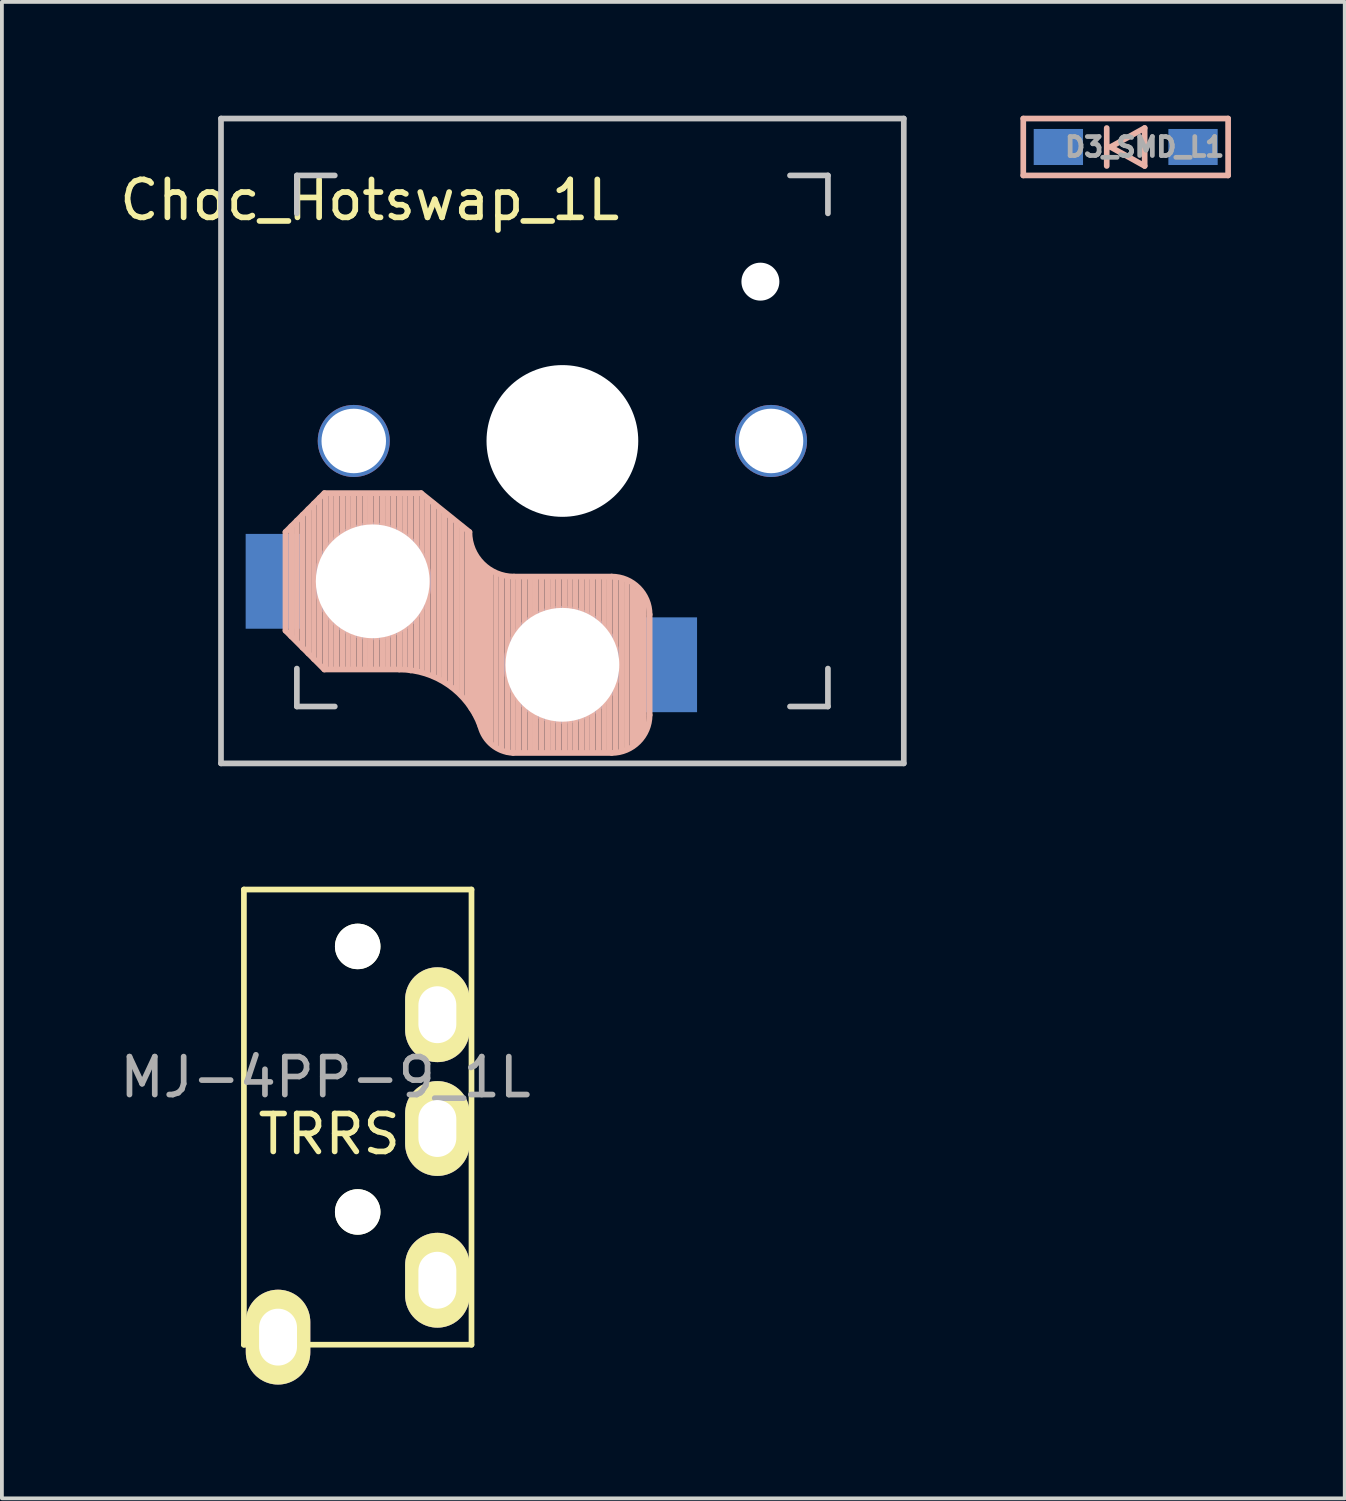
<source format=kicad_pcb>
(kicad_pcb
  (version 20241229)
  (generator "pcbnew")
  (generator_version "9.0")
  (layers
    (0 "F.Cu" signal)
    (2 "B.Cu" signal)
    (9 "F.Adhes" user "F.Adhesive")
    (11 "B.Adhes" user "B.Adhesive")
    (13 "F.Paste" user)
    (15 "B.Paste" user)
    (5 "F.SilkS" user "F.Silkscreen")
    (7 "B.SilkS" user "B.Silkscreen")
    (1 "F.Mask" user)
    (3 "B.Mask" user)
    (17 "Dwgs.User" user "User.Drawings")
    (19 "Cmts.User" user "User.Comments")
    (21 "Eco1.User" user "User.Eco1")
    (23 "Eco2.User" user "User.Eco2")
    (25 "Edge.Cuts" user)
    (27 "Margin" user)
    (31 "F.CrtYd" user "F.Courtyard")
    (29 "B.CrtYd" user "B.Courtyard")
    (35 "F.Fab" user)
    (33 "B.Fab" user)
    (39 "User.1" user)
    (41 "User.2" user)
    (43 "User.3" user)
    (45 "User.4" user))
  (footprint "D3_SMD_L1"
    (layer "F.Cu")
    (at 26.626 0.825)
    (property "Reference" "D3_SMD_L1" (at 0.5 0 0) (layer "F.Fab") (effects (font (size 0.5 0.5) (thickness 0.125))))
    (attr through_hole)
    (fp_line (start -2.7 -0.75) (end -2.7 0.75) (stroke (width 0.15) (type solid)) (layer "B.SilkS"))
    (fp_line (start -2.7 0.75) (end 2.7 0.75) (stroke (width 0.15) (type solid)) (layer "B.SilkS"))
    (fp_line (start -0.5 -0.5) (end -0.5 0.5) (stroke (width 0.15) (type solid)) (layer "B.SilkS"))
    (fp_line (start -0.4 0) (end 0.5 -0.5) (stroke (width 0.15) (type solid)) (layer "B.SilkS"))
    (fp_line (start 0.5 -0.5) (end 0.5 0.5) (stroke (width 0.15) (type solid)) (layer "B.SilkS"))
    (fp_line (start 0.5 0.5) (end -0.4 0) (stroke (width 0.15) (type solid)) (layer "B.SilkS"))
    (fp_line (start 2.7 -0.75) (end -2.7 -0.75) (stroke (width 0.15) (type solid)) (layer "B.SilkS"))
    (fp_line (start 2.7 0.75) (end 2.7 -0.75) (stroke (width 0.15) (type solid)) (layer "B.SilkS"))
    (pad "1" smd rect (at -1.775 0) (size 1.3 0.95) (layers "B.Cu" "B.Mask" "B.Paste"))
    (pad "2" smd rect (at 1.775 0) (size 1.3 0.95) (layers "B.Cu" "B.Mask" "B.Paste")))
  (footprint "MJ-4PP-9_1L"
    (layer "F.Cu")
    (at 6.38 20.4)
    (property "Reference" "MJ-4PP-9_1L" (at -0.85 4.95 0) (layer "F.Fab") (effects (font (size 1 1) (thickness 0.15))))
    (attr through_hole)
    (fp_line (start -3 0) (end 3 0) (stroke (width 0.15) (type solid)) (layer "F.SilkS"))
    (fp_line (start -3 12) (end -3 0) (stroke (width 0.15) (type solid)) (layer "F.SilkS"))
    (fp_line (start 3 0) (end 3 12) (stroke (width 0.15) (type solid)) (layer "F.SilkS"))
    (fp_line (start 3 12) (end -3 12) (stroke (width 0.15) (type solid)) (layer "F.SilkS"))
    (fp_text user "TRRS" (at -0.75 6.45 0) (layer "F.SilkS") (effects (font (size 1 1) (thickness 0.15))))
    (pad "" np_thru_hole circle (at 0 1.5) (size 1.2 1.2) (drill 1.2) (layers "*.Cu" "*.Mask" "F.SilkS"))
    (pad "" np_thru_hole circle (at 0 8.5) (size 1.2 1.2) (drill 1.2) (layers "*.Cu" "*.Mask" "F.SilkS"))
    (pad "A" thru_hole oval (at -2.1 11.8) (size 1.7 2.5) (drill oval 1 1.5) (layers "*.Cu" "*.Mask" "F.SilkS"))
    (pad "B" thru_hole oval (at 2.1 3.3) (size 1.7 2.5) (drill oval 1 1.5) (layers "*.Cu" "*.Mask" "F.SilkS"))
    (pad "C" thru_hole oval (at 2.1 6.3) (size 1.7 2.5) (drill oval 1 1.5) (layers "*.Cu" "*.Mask" "F.SilkS"))
    (pad "D" thru_hole oval (at 2.1 10.3) (size 1.7 2.5) (drill oval 1 1.5) (layers "*.Cu" "*.Mask" "F.SilkS")))
  (footprint "Choc_Hotswap_1L"
    (layer "F.Cu")
    (at 11.776 8.575)
    (property "Reference" "Choc_Hotswap_1L" (at -5.08 -6.35 180) (layer "F.SilkS") (effects (font (size 1 1) (thickness 0.15))))
    (attr through_hole)
    (fp_line (start -7.3 2.4) (end -7.3 5) (stroke (width 0.15) (type solid)) (layer "B.SilkS"))
    (fp_line (start -7.3 2.4) (end -6.275 1.375) (stroke (width 0.15) (type solid)) (layer "B.SilkS"))
    (fp_line (start -7.3 5) (end -6.275 6.025) (stroke (width 0.15) (type solid)) (layer "B.SilkS"))
    (fp_line (start -7.15 5.15) (end -7.15 2.25) (stroke (width 0.15) (type solid)) (layer "B.SilkS"))
    (fp_line (start -7 5.25) (end -7 2.1) (stroke (width 0.15) (type solid)) (layer "B.SilkS"))
    (fp_line (start -6.85 5.45) (end -6.85 1.95) (stroke (width 0.15) (type solid)) (layer "B.SilkS"))
    (fp_line (start -6.7 5.6) (end -6.7 1.8) (stroke (width 0.15) (type solid)) (layer "B.SilkS"))
    (fp_line (start -6.55 5.75) (end -6.55 1.65) (stroke (width 0.15) (type solid)) (layer "B.SilkS"))
    (fp_line (start -6.4 5.85) (end -6.4 1.5) (stroke (width 0.15) (type solid)) (layer "B.SilkS"))
    (fp_line (start -6.25 6) (end -6.25 1.4) (stroke (width 0.15) (type solid)) (layer "B.SilkS"))
    (fp_line (start -6.1 6) (end -6.1 1.4) (stroke (width 0.15) (type solid)) (layer "B.SilkS"))
    (fp_line (start -5.95 6) (end -5.95 1.4) (stroke (width 0.15) (type solid)) (layer "B.SilkS"))
    (fp_line (start -5.8 6) (end -5.8 1.4) (stroke (width 0.15) (type solid)) (layer "B.SilkS"))
    (fp_line (start -5.65 6) (end -5.65 1.4) (stroke (width 0.15) (type solid)) (layer "B.SilkS"))
    (fp_line (start -5.5 6) (end -5.5 1.4) (stroke (width 0.15) (type solid)) (layer "B.SilkS"))
    (fp_line (start -5.35 6) (end -5.35 1.4) (stroke (width 0.15) (type solid)) (layer "B.SilkS"))
    (fp_line (start -5.2 6) (end -5.2 1.4) (stroke (width 0.15) (type solid)) (layer "B.SilkS"))
    (fp_line (start -5.05 6) (end -5.05 1.4) (stroke (width 0.15) (type solid)) (layer "B.SilkS"))
    (fp_line (start -4.9 6) (end -4.9 1.4) (stroke (width 0.15) (type solid)) (layer "B.SilkS"))
    (fp_line (start -4.75 6) (end -4.75 1.4) (stroke (width 0.15) (type solid)) (layer "B.SilkS"))
    (fp_line (start -4.6 6) (end -4.6 1.4) (stroke (width 0.15) (type solid)) (layer "B.SilkS"))
    (fp_line (start -4.45 6) (end -4.45 1.4) (stroke (width 0.15) (type solid)) (layer "B.SilkS"))
    (fp_line (start -4.3 6) (end -4.3 1.4) (stroke (width 0.15) (type solid)) (layer "B.SilkS"))
    (fp_line (start -4.3 6.025) (end -6.275 6.025) (stroke (width 0.15) (type solid)) (layer "B.SilkS"))
    (fp_line (start -4.15 6) (end -4.15 1.45) (stroke (width 0.15) (type solid)) (layer "B.SilkS"))
    (fp_line (start -4 6.05) (end -4 1.4) (stroke (width 0.15) (type solid)) (layer "B.SilkS"))
    (fp_line (start -3.85 6.05) (end -3.85 1.4) (stroke (width 0.15) (type solid)) (layer "B.SilkS"))
    (fp_line (start -3.725 1.375) (end -6.275 1.375) (stroke (width 0.15) (type solid)) (layer "B.SilkS"))
    (fp_line (start -3.725 1.375) (end -2.45 2.4) (stroke (width 0.15) (type solid)) (layer "B.SilkS"))
    (fp_line (start -3.7 6.05) (end -3.7 1.45) (stroke (width 0.15) (type solid)) (layer "B.SilkS"))
    (fp_line (start -3.55 6.1) (end -3.55 1.55) (stroke (width 0.15) (type solid)) (layer "B.SilkS"))
    (fp_line (start -3.4 6.2) (end -3.4 1.65) (stroke (width 0.15) (type solid)) (layer "B.SilkS"))
    (fp_line (start -3.25 6.25) (end -3.25 1.8) (stroke (width 0.15) (type solid)) (layer "B.SilkS"))
    (fp_line (start -3.1 6.35) (end -3.1 1.9) (stroke (width 0.15) (type solid)) (layer "B.SilkS"))
    (fp_line (start -2.95 6.45) (end -2.95 2.05) (stroke (width 0.15) (type solid)) (layer "B.SilkS"))
    (fp_line (start -2.8 6.55) (end -2.8 2.15) (stroke (width 0.15) (type solid)) (layer "B.SilkS"))
    (fp_line (start -2.65 6.7) (end -2.65 2.25) (stroke (width 0.15) (type solid)) (layer "B.SilkS"))
    (fp_line (start -2.5 6.85) (end -2.5 2.4) (stroke (width 0.15) (type solid)) (layer "B.SilkS"))
    (fp_line (start -2.4 7.05) (end -2.4 2.9) (stroke (width 0.15) (type solid)) (layer "B.SilkS"))
    (fp_line (start -2.3 7.2) (end -2.3 3.05) (stroke (width 0.15) (type solid)) (layer "B.SilkS"))
    (fp_line (start -2.2 7.4) (end -2.2 3.25) (stroke (width 0.15) (type solid)) (layer "B.SilkS"))
    (fp_line (start -2.1 7.55) (end -2.1 3.35) (stroke (width 0.15) (type solid)) (layer "B.SilkS"))
    (fp_line (start -2 7.8) (end -2 3.4) (stroke (width 0.15) (type solid)) (layer "B.SilkS"))
    (fp_line (start -1.9 7.95) (end -1.9 3.45) (stroke (width 0.15) (type solid)) (layer "B.SilkS"))
    (fp_line (start -1.75 8.05) (end -1.75 3.5) (stroke (width 0.15) (type solid)) (layer "B.SilkS"))
    (fp_line (start -1.6 8.15) (end -1.6 3.6) (stroke (width 0.15) (type solid)) (layer "B.SilkS"))
    (fp_line (start -1.45 8.2) (end -1.45 3.6) (stroke (width 0.15) (type solid)) (layer "B.SilkS"))
    (fp_line (start -1.3 8.2) (end -1.3 3.6) (stroke (width 0.15) (type solid)) (layer "B.SilkS"))
    (fp_line (start -1.15 8.2) (end -1.15 3.65) (stroke (width 0.15) (type solid)) (layer "B.SilkS"))
    (fp_line (start -1 8.2) (end -1 3.6) (stroke (width 0.15) (type solid)) (layer "B.SilkS"))
    (fp_line (start -0.85 8.2) (end -0.85 3.6) (stroke (width 0.15) (type solid)) (layer "B.SilkS"))
    (fp_line (start -0.7 8.2) (end -0.7 3.6) (stroke (width 0.15) (type solid)) (layer "B.SilkS"))
    (fp_line (start -0.55 8.2) (end -0.55 3.6) (stroke (width 0.15) (type solid)) (layer "B.SilkS"))
    (fp_line (start -0.4 8.2) (end -0.4 3.6) (stroke (width 0.15) (type solid)) (layer "B.SilkS"))
    (fp_line (start -0.25 8.2) (end -0.25 3.6) (stroke (width 0.15) (type solid)) (layer "B.SilkS"))
    (fp_line (start -0.1 8.2) (end -0.1 3.6) (stroke (width 0.15) (type solid)) (layer "B.SilkS"))
    (fp_line (start 0.05 8.2) (end 0.05 3.6) (stroke (width 0.15) (type solid)) (layer "B.SilkS"))
    (fp_line (start 0.2 8.2) (end 0.2 3.6) (stroke (width 0.15) (type solid)) (layer "B.SilkS"))
    (fp_line (start 0.35 8.2) (end 0.35 3.6) (stroke (width 0.15) (type solid)) (layer "B.SilkS"))
    (fp_line (start 0.5 8.2) (end 0.5 3.6) (stroke (width 0.15) (type solid)) (layer "B.SilkS"))
    (fp_line (start 0.65 8.2) (end 0.65 3.6) (stroke (width 0.15) (type solid)) (layer "B.SilkS"))
    (fp_line (start 0.8 8.2) (end 0.8 3.6) (stroke (width 0.15) (type solid)) (layer "B.SilkS"))
    (fp_line (start 0.95 8.2) (end 0.95 3.6) (stroke (width 0.15) (type solid)) (layer "B.SilkS"))
    (fp_line (start 1.1 8.2) (end 1.1 3.6) (stroke (width 0.15) (type solid)) (layer "B.SilkS"))
    (fp_line (start 1.25 8.2) (end 1.25 3.6) (stroke (width 0.15) (type solid)) (layer "B.SilkS"))
    (fp_line (start 1.3 3.575) (end -1.275 3.575) (stroke (width 0.15) (type solid)) (layer "B.SilkS"))
    (fp_line (start 1.3 8.225) (end -1.3 8.225) (stroke (width 0.15) (type solid)) (layer "B.SilkS"))
    (fp_line (start 1.4 8.2) (end 1.4 3.65) (stroke (width 0.15) (type solid)) (layer "B.SilkS"))
    (fp_line (start 1.55 8.15) (end 1.55 3.65) (stroke (width 0.15) (type solid)) (layer "B.SilkS"))
    (fp_line (start 1.7 8.1) (end 1.7 3.7) (stroke (width 0.15) (type solid)) (layer "B.SilkS"))
    (fp_line (start 1.85 8) (end 1.85 3.8) (stroke (width 0.15) (type solid)) (layer "B.SilkS"))
    (fp_line (start 1.95 7.9) (end 1.95 3.95) (stroke (width 0.15) (type solid)) (layer "B.SilkS"))
    (fp_line (start 2.05 7.8) (end 2.05 4.05) (stroke (width 0.15) (type solid)) (layer "B.SilkS"))
    (fp_line (start 2.15 7.65) (end 2.15 4.1) (stroke (width 0.15) (type solid)) (layer "B.SilkS"))
    (fp_line (start 2.3 4.575) (end 2.3 7.225) (stroke (width 0.15) (type solid)) (layer "B.SilkS"))
    (fp_arc (start -4.3 6.025) (mid -2.995114 6.436429) (end -2.162199 7.521904) (stroke (width 0.15) (type solid)) (layer "B.SilkS"))
    (fp_arc (start -1.300995 8.223791) (mid -1.848284 8.016021) (end -2.162199 7.521904) (stroke (width 0.15) (type solid)) (layer "B.SilkS"))
    (fp_arc (start -1.275 3.575) (mid -2.10585 3.23085) (end -2.45 2.4) (stroke (width 0.15) (type solid)) (layer "B.SilkS"))
    (fp_arc (start 1.3 3.575) (mid 2.007107 3.867893) (end 2.3 4.575) (stroke (width 0.15) (type solid)) (layer "B.SilkS"))
    (fp_arc (start 2.3 7.225) (mid 2.007107 7.932107) (end 1.3 8.225) (stroke (width 0.15) (type solid)) (layer "B.SilkS"))
    (fp_line (start -9 -8.5) (end 9 -8.5) (stroke (width 0.15) (type solid)) (layer "Dwgs.User"))
    (fp_line (start -9 8.5) (end -9 -8.5) (stroke (width 0.15) (type solid)) (layer "Dwgs.User"))
    (fp_line (start -7 -7) (end -6 -7) (stroke (width 0.15) (type solid)) (layer "Dwgs.User"))
    (fp_line (start -7 -6) (end -7 -7) (stroke (width 0.15) (type solid)) (layer "Dwgs.User"))
    (fp_line (start -7 7) (end -7 6) (stroke (width 0.15) (type solid)) (layer "Dwgs.User"))
    (fp_line (start -6 7) (end -7 7) (stroke (width 0.15) (type solid)) (layer "Dwgs.User"))
    (fp_line (start 6 7) (end 7 7) (stroke (width 0.15) (type solid)) (layer "Dwgs.User"))
    (fp_line (start 7 -7) (end 6 -7) (stroke (width 0.15) (type solid)) (layer "Dwgs.User"))
    (fp_line (start 7 -6) (end 7 -7) (stroke (width 0.15) (type solid)) (layer "Dwgs.User"))
    (fp_line (start 7 7) (end 7 6) (stroke (width 0.15) (type solid)) (layer "Dwgs.User"))
    (fp_line (start 9 -8.5) (end 9 8.5) (stroke (width 0.15) (type solid)) (layer "Dwgs.User"))
    (fp_line (start 9 8.5) (end -9 8.5) (stroke (width 0.15) (type solid)) (layer "Dwgs.User"))
    (pad "" np_thru_hole circle (at -5.5 0 90) (size 1.9 1.9) (drill 1.7) (layers "*.Cu" "*.Mask"))
    (pad "" np_thru_hole circle (at -5 3.7 90) (size 3.1 3.1) (drill 3) (layers "*.Cu" "*.Mask"))
    (pad "" np_thru_hole circle (at 0 0 90) (size 4 4) (drill 4) (layers "*.Cu" "*.Mask"))
    (pad "" np_thru_hole circle (at 0 5.9 90) (size 3.1 3.1) (drill 3) (layers "*.Cu" "*.Mask"))
    (pad "" np_thru_hole circle (at 5.22 -4.2) (size 1 1) (drill 1) (layers "*.Cu" "*.Mask"))
    (pad "" np_thru_hole circle (at 5.5 0 90) (size 1.9 1.9) (drill 1.7) (layers "*.Cu" "*.Mask"))
    (pad "1" smd rect (at -7.6 3.7 180) (size 1.5 2.5) (layers "B.Cu" "B.Mask" "B.Paste"))
    (pad "2" smd rect (at 2.8 5.9 180) (size 1.5 2.5) (layers "B.Cu" "B.Mask" "B.Paste")))
  (gr_rect
    (start -3 -3)
    (end 32.401 36.45)
    (stroke (width 0.1) (type default))
    (fill no)
    (layer "Edge.Cuts")))
</source>
